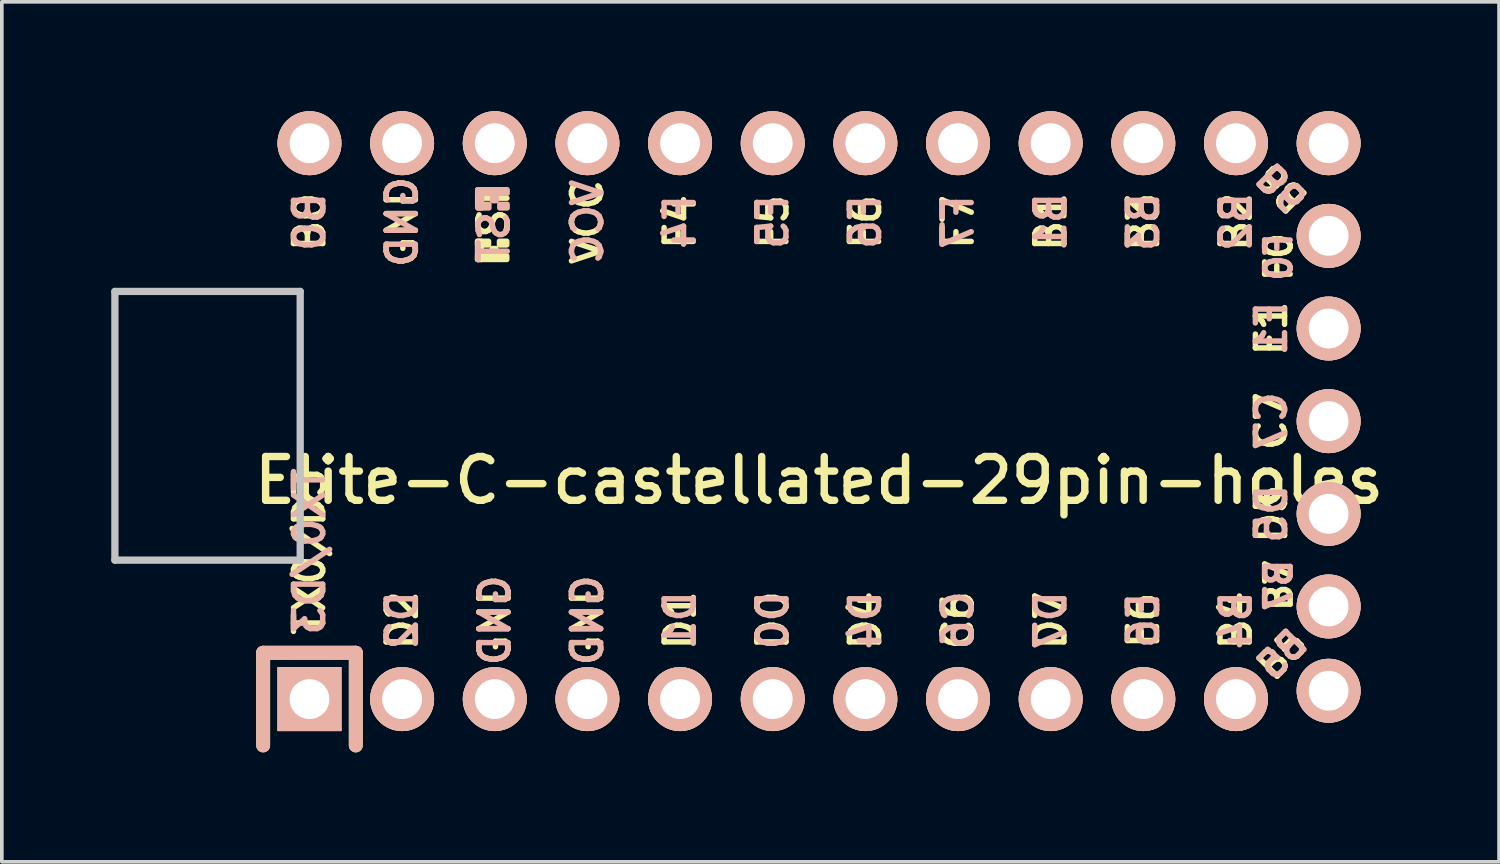
<source format=kicad_pcb>
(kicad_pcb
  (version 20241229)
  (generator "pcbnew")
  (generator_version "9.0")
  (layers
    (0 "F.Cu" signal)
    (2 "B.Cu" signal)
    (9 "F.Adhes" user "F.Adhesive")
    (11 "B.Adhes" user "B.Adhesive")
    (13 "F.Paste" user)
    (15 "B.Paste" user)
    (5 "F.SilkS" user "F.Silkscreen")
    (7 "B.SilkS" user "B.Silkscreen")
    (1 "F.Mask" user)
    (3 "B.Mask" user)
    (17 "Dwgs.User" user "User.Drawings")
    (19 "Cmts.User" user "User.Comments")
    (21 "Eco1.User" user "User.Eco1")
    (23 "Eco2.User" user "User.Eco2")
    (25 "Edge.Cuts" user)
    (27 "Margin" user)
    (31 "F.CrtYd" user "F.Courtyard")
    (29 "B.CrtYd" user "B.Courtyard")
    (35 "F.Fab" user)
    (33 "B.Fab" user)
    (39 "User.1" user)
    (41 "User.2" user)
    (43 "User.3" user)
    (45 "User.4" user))
  (footprint "Elite-C-castellated-29pin-holes"
    (layer "F.Cu")
    (at 19.404 8.496)
    (property "Reference" "Elite-C-castellated-29pin-holes" (at 0 1.625 0) (layer "F.SilkS") (effects (font (size 1.2 1.2) (thickness 0.203))))
    (attr through_hole)
    (fp_line (start -15.24 6.35) (end -15.24 8.89) (stroke (width 0.381) (type solid)) (layer "F.SilkS"))
    (fp_line (start -15.24 6.35) (end -12.7 6.35) (stroke (width 0.381) (type solid)) (layer "F.SilkS"))
    (fp_line (start -12.7 6.35) (end -12.7 8.89) (stroke (width 0.381) (type solid)) (layer "F.SilkS"))
    (fp_poly (pts (xy -9.361 -4.932) (xy -9.261 -4.932) (xy -9.261 -4.432) (xy -9.361 -4.432)) (stroke (width 0.15) (type solid)) (fill yes) (layer "F.SilkS"))
    (fp_poly (pts (xy -9.361 -4.932) (xy -9.061 -4.932) (xy -9.061 -4.832) (xy -9.361 -4.832)) (stroke (width 0.15) (type solid)) (fill yes) (layer "F.SilkS"))
    (fp_poly (pts (xy -9.361 -4.532) (xy -8.561 -4.532) (xy -8.561 -4.432) (xy -9.361 -4.432)) (stroke (width 0.15) (type solid)) (fill yes) (layer "F.SilkS"))
    (fp_poly (pts (xy -8.961 -4.732) (xy -8.861 -4.732) (xy -8.861 -4.632) (xy -8.961 -4.632)) (stroke (width 0.15) (type solid)) (fill yes) (layer "F.SilkS"))
    (fp_poly (pts (xy -8.761 -4.932) (xy -8.561 -4.932) (xy -8.561 -4.832) (xy -8.761 -4.832)) (stroke (width 0.15) (type solid)) (fill yes) (layer "F.SilkS"))
    (fp_line (start -15.24 6.35) (end -15.24 8.89) (stroke (width 0.381) (type solid)) (layer "B.SilkS"))
    (fp_line (start -15.24 6.35) (end -12.7 6.35) (stroke (width 0.381) (type solid)) (layer "B.SilkS"))
    (fp_line (start -12.7 6.35) (end -12.7 8.89) (stroke (width 0.381) (type solid)) (layer "B.SilkS"))
    (fp_poly (pts (xy -9.351 -6.245) (xy -8.551 -6.245) (xy -8.551 -6.345) (xy -9.351 -6.345)) (stroke (width 0.15) (type solid)) (fill yes) (layer "B.SilkS"))
    (fp_poly (pts (xy -9.351 -5.845) (xy -9.251 -5.845) (xy -9.251 -6.345) (xy -9.351 -6.345)) (stroke (width 0.15) (type solid)) (fill yes) (layer "B.SilkS"))
    (fp_poly (pts (xy -9.351 -5.845) (xy -9.051 -5.845) (xy -9.051 -5.945) (xy -9.351 -5.945)) (stroke (width 0.15) (type solid)) (fill yes) (layer "B.SilkS"))
    (fp_poly (pts (xy -8.951 -6.045) (xy -8.851 -6.045) (xy -8.851 -6.145) (xy -8.951 -6.145)) (stroke (width 0.15) (type solid)) (fill yes) (layer "B.SilkS"))
    (fp_poly (pts (xy -8.751 -5.845) (xy -8.551 -5.845) (xy -8.551 -5.945) (xy -8.751 -5.945)) (stroke (width 0.15) (type solid)) (fill yes) (layer "B.SilkS"))
    (fp_line (start -19.304 -3.556) (end -14.224 -3.556) (stroke (width 0.2) (type solid)) (layer "Dwgs.User"))
    (fp_line (start -19.304 3.81) (end -19.304 -3.556) (stroke (width 0.2) (type solid)) (layer "Dwgs.User"))
    (fp_line (start -14.224 -3.556) (end -14.224 3.81) (stroke (width 0.2) (type solid)) (layer "Dwgs.User"))
    (fp_line (start -14.224 3.81) (end -19.304 3.81) (stroke (width 0.2) (type solid)) (layer "Dwgs.User"))
    (fp_text user "D5" (at 12.4 2.54 90) (layer "F.SilkS") (effects (font (size 0.8 0.8) (thickness 0.15))))
    (fp_text user "GND" (at -6.35 5.461 90) (layer "F.SilkS") (effects (font (size 0.8 0.8) (thickness 0.15))))
    (fp_text user "F7" (at 3.81 -5.461 90) (layer "F.SilkS") (effects (font (size 0.8 0.8) (thickness 0.15))))
    (fp_text user "F0" (at 12.6 -4.5 90) (layer "F.SilkS") (effects (font (size 0.7 0.7) (thickness 0.15))))
    (fp_text user "F5" (at -1.27 -5.461 90) (layer "F.SilkS") (effects (font (size 0.8 0.8) (thickness 0.15))))
    (fp_text user "F4" (at -3.81 -5.461 90) (layer "F.SilkS") (effects (font (size 0.8 0.8) (thickness 0.15))))
    (fp_text user "B2" (at 11.43 -5.461 90) (layer "F.SilkS") (effects (font (size 0.8 0.8) (thickness 0.15))))
    (fp_text user "VCC" (at -6.35 -5.461 90) (layer "F.SilkS") (effects (font (size 0.8 0.8) (thickness 0.15))))
    (fp_text user "E6" (at 8.89 5.461 90) (layer "F.SilkS") (effects (font (size 0.8 0.8) (thickness 0.15))))
    (fp_text user "B0" (at -13.97 -5.461 90) (layer "F.SilkS") (effects (font (size 0.8 0.8) (thickness 0.15))))
    (fp_text user "F6" (at 1.27 -5.461 90) (layer "F.SilkS") (effects (font (size 0.8 0.8) (thickness 0.15))))
    (fp_text user "GND" (at -8.89 5.461 90) (layer "F.SilkS") (effects (font (size 0.8 0.8) (thickness 0.15))))
    (fp_text user "D4" (at 1.27 5.461 90) (layer "F.SilkS") (effects (font (size 0.8 0.8) (thickness 0.15))))
    (fp_text user "D0" (at -1.27 5.461 90) (layer "F.SilkS") (effects (font (size 0.8 0.8) (thickness 0.15))))
    (fp_text user "B3" (at 8.89 -5.461 90) (layer "F.SilkS") (effects (font (size 0.8 0.8) (thickness 0.15))))
    (fp_text user "B5" (at 12.7 6.4 45) (layer "F.SilkS") (effects (font (size 0.7 0.7) (thickness 0.15))))
    (fp_text user "B6" (at 12.7 -6.4 135) (unlocked yes) (layer "F.SilkS") (effects (font (size 0.7 0.7) (thickness 0.15))))
    (fp_text user "D1" (at -3.81 5.461 90) (layer "F.SilkS") (effects (font (size 0.8 0.8) (thickness 0.15))))
    (fp_text user "B1" (at 6.35 -5.461 90) (layer "F.SilkS") (effects (font (size 0.8 0.8) (thickness 0.15))))
    (fp_text user "B4" (at 11.43 5.461 90) (layer "F.SilkS") (effects (font (size 0.8 0.8) (thickness 0.15))))
    (fp_text user "ST" (at -8.92 -5.733 90) (layer "F.SilkS") (effects (font (size 0.8 0.8) (thickness 0.15))))
    (fp_text user "TX0/D3" (at -13.97 3.572 90) (layer "F.SilkS") (effects (font (size 0.8 0.8) (thickness 0.15))))
    (fp_text user "D2" (at -11.43 5.461 90) (layer "F.SilkS") (effects (font (size 0.8 0.8) (thickness 0.15))))
    (fp_text user "D7" (at 6.35 5.461 90) (layer "F.SilkS") (effects (font (size 0.8 0.8) (thickness 0.15))))
    (fp_text user "C6" (at 3.81 5.461 90) (layer "F.SilkS") (effects (font (size 0.8 0.8) (thickness 0.15))))
    (fp_text user "B7" (at 12.6 4.5 90) (layer "F.SilkS") (effects (font (size 0.7 0.7) (thickness 0.15))))
    (fp_text user "GND" (at -11.43 -5.461 90) (layer "F.SilkS") (effects (font (size 0.8 0.8) (thickness 0.15))))
    (fp_text user "F1" (at 12.4 -2.54 90) (layer "F.SilkS") (effects (font (size 0.8 0.8) (thickness 0.15))))
    (fp_text user "C7" (at 12.4 0 90) (layer "F.SilkS") (effects (font (size 0.8 0.8) (thickness 0.15))))
    (fp_text user "ST" (at -8.91 -5.04 90) (layer "B.SilkS") (effects (font (size 0.8 0.8) (thickness 0.15)) (justify mirror)))
    (fp_text user "F7" (at 3.81 -5.461 90) (layer "B.SilkS") (effects (font (size 0.8 0.8) (thickness 0.15)) (justify mirror)))
    (fp_text user "B2" (at 11.43 -5.461 90) (layer "B.SilkS") (effects (font (size 0.8 0.8) (thickness 0.15)) (justify mirror)))
    (fp_text user "F5" (at -1.27 -5.461 90) (layer "B.SilkS") (effects (font (size 0.8 0.8) (thickness 0.15)) (justify mirror)))
    (fp_text user "B7" (at 12.6 4.5 90) (layer "B.SilkS") (effects (font (size 0.7 0.7) (thickness 0.15)) (justify mirror)))
    (fp_text user "E6" (at 8.89 5.461 90) (layer "B.SilkS") (effects (font (size 0.8 0.8) (thickness 0.15)) (justify mirror)))
    (fp_text user "F6" (at 1.27 -5.461 90) (layer "B.SilkS") (effects (font (size 0.8 0.8) (thickness 0.15)) (justify mirror)))
    (fp_text user "GND" (at -6.35 5.461 90) (layer "B.SilkS") (effects (font (size 0.8 0.8) (thickness 0.15)) (justify mirror)))
    (fp_text user "GND" (at -11.43 -5.461 90) (layer "B.SilkS") (effects (font (size 0.8 0.8) (thickness 0.15)) (justify mirror)))
    (fp_text user "VCC" (at -6.35 -5.461 90) (layer "B.SilkS") (effects (font (size 0.8 0.8) (thickness 0.15)) (justify mirror)))
    (fp_text user "D1" (at -3.81 5.461 90) (layer "B.SilkS") (effects (font (size 0.8 0.8) (thickness 0.15)) (justify mirror)))
    (fp_text user "B5" (at 12.7 6.4 45) (layer "B.SilkS") (effects (font (size 0.7 0.7) (thickness 0.15)) (justify mirror)))
    (fp_text user "F1" (at 12.4 -2.54 90) (layer "B.SilkS") (effects (font (size 0.8 0.8) (thickness 0.15)) (justify mirror)))
    (fp_text user "C7" (at 12.4 0 90) (layer "B.SilkS") (effects (font (size 0.8 0.8) (thickness 0.15)) (justify mirror)))
    (fp_text user "D5" (at 12.4 2.54 90) (layer "B.SilkS") (effects (font (size 0.8 0.8) (thickness 0.15)) (justify mirror)))
    (fp_text user "F4" (at -3.81 -5.461 90) (layer "B.SilkS") (effects (font (size 0.8 0.8) (thickness 0.15)) (justify mirror)))
    (fp_text user "TX0/D3" (at -13.97 3.572 90) (layer "B.SilkS") (effects (font (size 0.8 0.8) (thickness 0.15)) (justify mirror)))
    (fp_text user "D0" (at -1.27 5.461 90) (layer "B.SilkS") (effects (font (size 0.8 0.8) (thickness 0.15)) (justify mirror)))
    (fp_text user "C6" (at 3.81 5.461 90) (layer "B.SilkS") (effects (font (size 0.8 0.8) (thickness 0.15)) (justify mirror)))
    (fp_text user "D2" (at -11.43 5.461 90) (layer "B.SilkS") (effects (font (size 0.8 0.8) (thickness 0.15)) (justify mirror)))
    (fp_text user "D4" (at 1.27 5.461 90) (layer "B.SilkS") (effects (font (size 0.8 0.8) (thickness 0.15)) (justify mirror)))
    (fp_text user "B6" (at 12.7 -6.4 135) (unlocked yes) (layer "B.SilkS") (effects (font (size 0.7 0.7) (thickness 0.15)) (justify mirror)))
    (fp_text user "D7" (at 6.35 5.461 90) (layer "B.SilkS") (effects (font (size 0.8 0.8) (thickness 0.15)) (justify mirror)))
    (fp_text user "GND" (at -8.89 5.461 90) (layer "B.SilkS") (effects (font (size 0.8 0.8) (thickness 0.15)) (justify mirror)))
    (fp_text user "B3" (at 8.89 -5.461 90) (layer "B.SilkS") (effects (font (size 0.8 0.8) (thickness 0.15)) (justify mirror)))
    (fp_text user "B0" (at -13.97 -5.461 90) (layer "B.SilkS") (effects (font (size 0.8 0.8) (thickness 0.15)) (justify mirror)))
    (fp_text user "B1" (at 6.35 -5.461 90) (layer "B.SilkS") (effects (font (size 0.8 0.8) (thickness 0.15)) (justify mirror)))
    (fp_text user "B4" (at 11.43 5.461 90) (layer "B.SilkS") (effects (font (size 0.8 0.8) (thickness 0.15)) (justify mirror)))
    (fp_text user "F0" (at 12.6 -4.5 90) (layer "B.SilkS") (effects (font (size 0.7 0.7) (thickness 0.15)) (justify mirror)))
    (pad "1" thru_hole rect (at -13.97 7.62) (size 1.753 1.753) (drill 1.092) (layers "*.Cu" "*.SilkS" "*.Mask"))
    (pad "2" thru_hole circle (at -11.43 7.62) (size 1.753 1.753) (drill 1.092) (layers "*.Cu" "*.SilkS" "*.Mask"))
    (pad "3" thru_hole circle (at -8.89 7.62) (size 1.753 1.753) (drill 1.092) (layers "*.Cu" "*.SilkS" "*.Mask"))
    (pad "4" thru_hole circle (at -6.35 7.62) (size 1.753 1.753) (drill 1.092) (layers "*.Cu" "*.SilkS" "*.Mask"))
    (pad "5" thru_hole circle (at -3.81 7.62) (size 1.753 1.753) (drill 1.092) (layers "*.Cu" "*.SilkS" "*.Mask"))
    (pad "6" thru_hole circle (at -1.27 7.62) (size 1.753 1.753) (drill 1.092) (layers "*.Cu" "*.SilkS" "*.Mask"))
    (pad "7" thru_hole circle (at 1.27 7.62) (size 1.753 1.753) (drill 1.092) (layers "*.Cu" "*.SilkS" "*.Mask"))
    (pad "8" thru_hole circle (at 3.81 7.62) (size 1.753 1.753) (drill 1.092) (layers "*.Cu" "*.SilkS" "*.Mask"))
    (pad "9" thru_hole circle (at 6.35 7.62) (size 1.753 1.753) (drill 1.092) (layers "*.Cu" "*.SilkS" "*.Mask"))
    (pad "10" thru_hole circle (at 8.89 7.62) (size 1.753 1.753) (drill 1.092) (layers "*.Cu" "*.SilkS" "*.Mask"))
    (pad "11" thru_hole circle (at 11.43 7.62) (size 1.753 1.753) (drill 1.092) (layers "*.Cu" "*.SilkS" "*.Mask"))
    (pad "12" thru_hole circle (at 13.97 7.391) (size 1.753 1.753) (drill 1.092) (layers "*.Cu" "*.SilkS" "*.Mask"))
    (pad "13" thru_hole circle (at 13.97 -7.62) (size 1.753 1.753) (drill 1.092) (layers "*.Cu" "*.SilkS" "*.Mask"))
    (pad "14" thru_hole circle (at 11.43 -7.62) (size 1.753 1.753) (drill 1.092) (layers "*.Cu" "*.SilkS" "*.Mask"))
    (pad "15" thru_hole circle (at 8.89 -7.62) (size 1.753 1.753) (drill 1.092) (layers "*.Cu" "*.SilkS" "*.Mask"))
    (pad "16" thru_hole circle (at 6.35 -7.62) (size 1.753 1.753) (drill 1.092) (layers "*.Cu" "*.SilkS" "*.Mask"))
    (pad "17" thru_hole circle (at 3.81 -7.62) (size 1.753 1.753) (drill 1.092) (layers "*.Cu" "*.SilkS" "*.Mask"))
    (pad "18" thru_hole circle (at 1.27 -7.62) (size 1.753 1.753) (drill 1.092) (layers "*.Cu" "*.SilkS" "*.Mask"))
    (pad "19" thru_hole circle (at -1.27 -7.62) (size 1.753 1.753) (drill 1.092) (layers "*.Cu" "*.SilkS" "*.Mask"))
    (pad "20" thru_hole circle (at -3.81 -7.62) (size 1.753 1.753) (drill 1.092) (layers "*.Cu" "*.SilkS" "*.Mask"))
    (pad "21" thru_hole circle (at -6.35 -7.62) (size 1.753 1.753) (drill 1.092) (layers "*.Cu" "*.SilkS" "*.Mask"))
    (pad "22" thru_hole circle (at -8.89 -7.62) (size 1.753 1.753) (drill 1.092) (layers "*.Cu" "*.SilkS" "*.Mask"))
    (pad "23" thru_hole circle (at -11.43 -7.62) (size 1.753 1.753) (drill 1.092) (layers "*.Cu" "*.SilkS" "*.Mask"))
    (pad "24" thru_hole circle (at -13.97 -7.62) (size 1.753 1.753) (drill 1.092) (layers "*.Cu" "*.SilkS" "*.Mask"))
    (pad "25" thru_hole circle (at 13.97 5.08) (size 1.753 1.753) (drill 1.092) (layers "*.Cu" "*.SilkS" "*.Mask"))
    (pad "26" thru_hole circle (at 13.97 2.54) (size 1.753 1.753) (drill 1.092) (layers "*.Cu" "*.SilkS" "*.Mask"))
    (pad "27" thru_hole circle (at 13.97 0) (size 1.753 1.753) (drill 1.092) (layers "*.Cu" "*.SilkS" "*.Mask"))
    (pad "28" thru_hole circle (at 13.97 -2.54) (size 1.753 1.753) (drill 1.092) (layers "*.Cu" "*.SilkS" "*.Mask"))
    (pad "29" thru_hole circle (at 13.97 -5.08) (size 1.753 1.753) (drill 1.092) (layers "*.Cu" "*.SilkS" "*.Mask")))
  (gr_rect
    (start -3 -3)
    (end 38.046 20.577)
    (stroke (width 0.1) (type default))
    (fill no)
    (layer "Edge.Cuts")))
</source>
